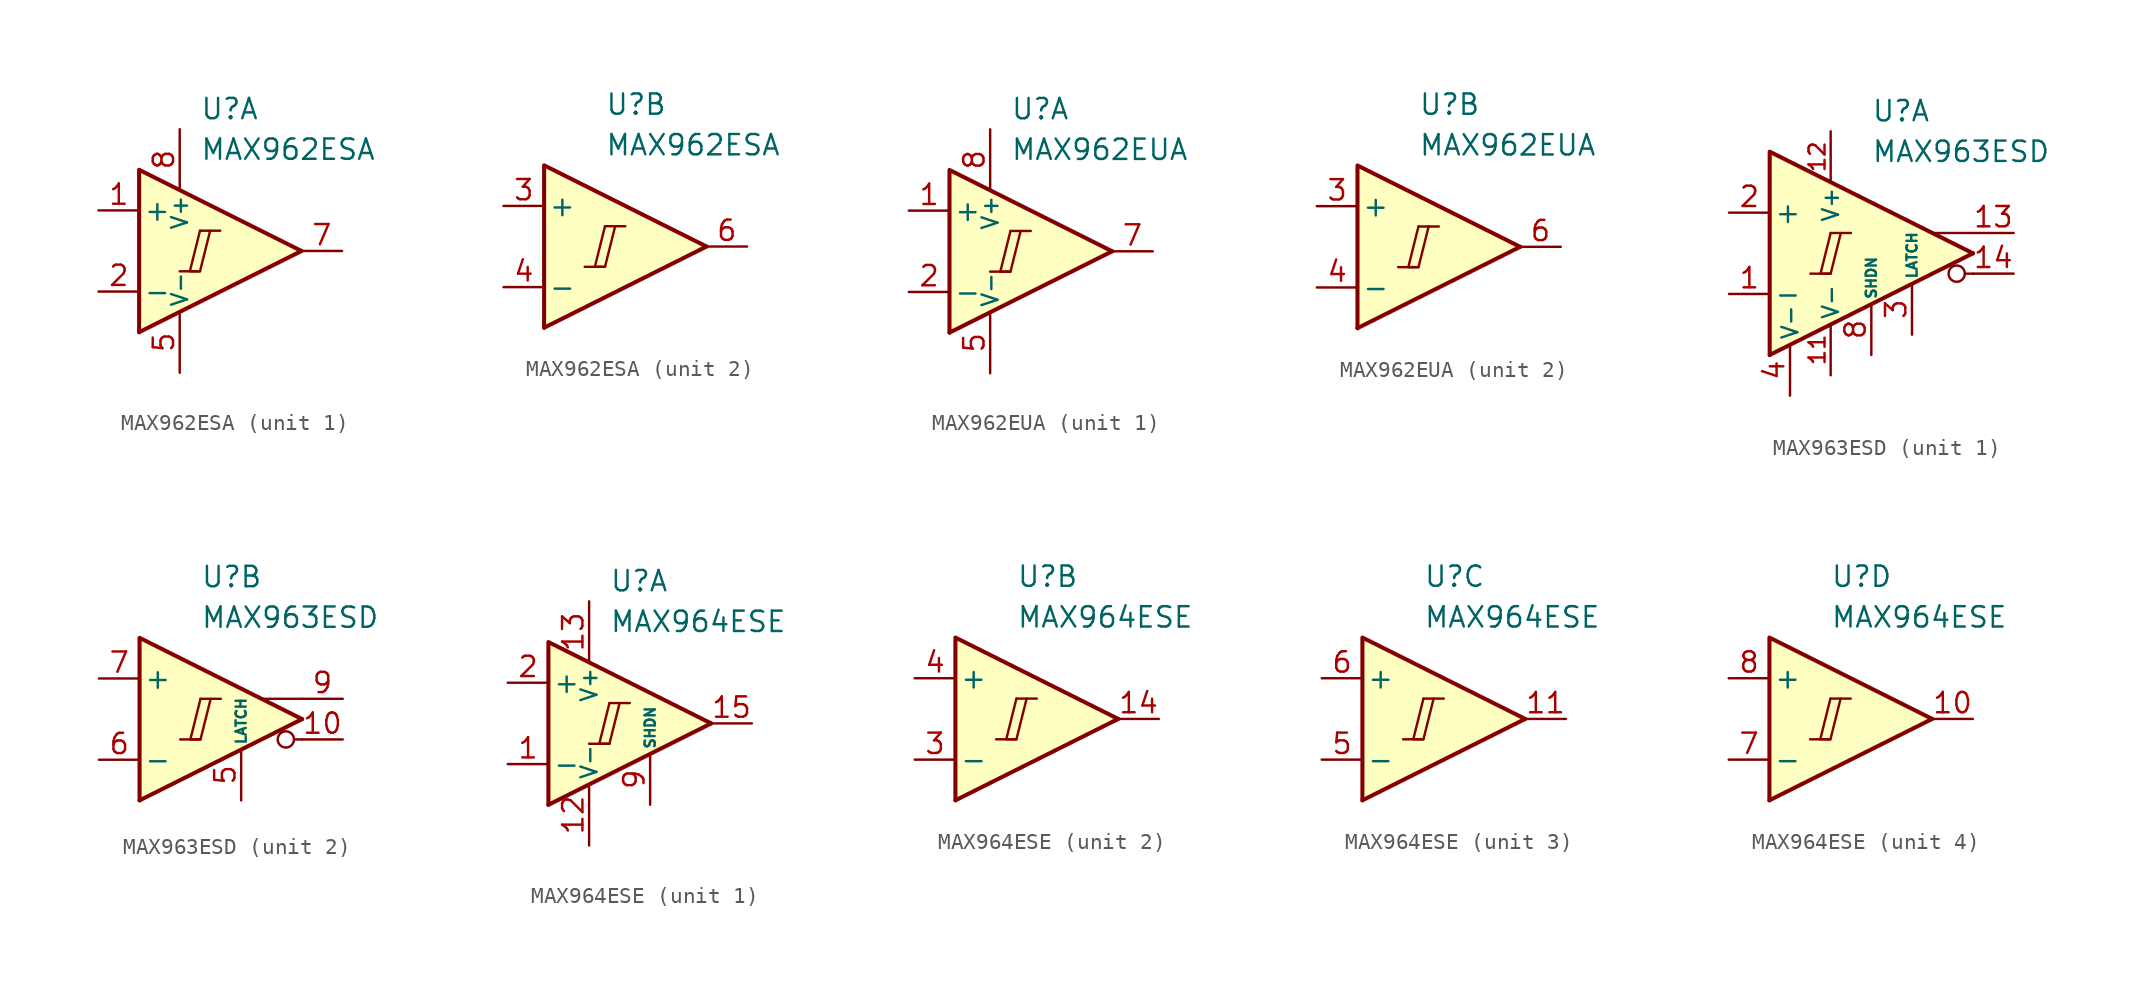
<source format=kicad_sym>
(kicad_symbol_lib
  (version 20211014)
  (generator kicad_symbol_editor)
  (symbol "MAX962ESA"
    (pin_names
      (offset 0.254))
    (property "Reference" "U"
      (at 0 8.89 0)
      (effects (font (size 1.27 1.27)) (justify left)))
    (property "Value" "MAX962ESA"
      (at 0 6.35 0)
      (effects (font (size 1.27 1.27)) (justify left)))
    (property "ki_locked" ""
      (at 0 0 0)
      (effects (font (size 1.27 1.27))))
    (symbol "MAX962ESA_0_0"
      (polyline (pts (xy -1.27 -1.27) (xy 0 -1.27)) (stroke (width 0.152) (type default) (color 0 0 0 0)) (fill (type none)))
      (polyline (pts (xy 0 1.27) (xy 1.27 1.27)) (stroke (width 0.152) (type default) (color 0 0 0 0)) (fill (type none)))
      (polyline (pts (xy 6.35 0) (xy -3.81 -5.08)) (stroke (width 0.254) (type default) (color 0 0 0 0)) (fill (type none)))
      (polyline (pts (xy 6.35 0) (xy -3.81 5.08) (xy -3.81 -5.08)) (stroke (width 0.254) (type default) (color 0 0 0 0)) (fill (type background)))
      (polyline (pts (xy 0 1.27) (xy -0.635 -1.27) (xy 0 -1.27) (xy 0.635 1.27)) (stroke (width 0.152) (type default) (color 0 0 0 0)) (fill (type none))))
    (symbol "MAX962ESA_1_1"
      (pin input line (at -6.35 2.54 0) (length 2.54) (name "+" (effects (font (size 1.27 1.27)))) (number "1" (effects (font (size 1.27 1.27)))))
      (pin input line (at -6.35 -2.54 0) (length 2.54) (name "-" (effects (font (size 1.27 1.27)))) (number "2" (effects (font (size 1.27 1.27)))))
      (pin power_in line (at -1.27 -7.62 90) (length 3.81) (name "V-" (effects (font (size 1 1)))) (number "5" (effects (font (size 1.27 1.27)))))
      (pin output line (at 8.89 0 180) (length 2.54) (name "~" (effects (font (size 1.27 1.27)))) (number "7" (effects (font (size 1.27 1.27)))))
      (pin power_in line (at -1.27 7.62 270) (length 3.81) (name "V+" (effects (font (size 1 1)))) (number "8" (effects (font (size 1.27 1.27))))))
    (symbol "MAX962ESA_2_1"
      (pin input line (at -6.35 2.54 0) (length 2.54) (name "+" (effects (font (size 1.27 1.27)))) (number "3" (effects (font (size 1.27 1.27)))))
      (pin input line (at -6.35 -2.54 0) (length 2.54) (name "-" (effects (font (size 1.27 1.27)))) (number "4" (effects (font (size 1.27 1.27)))))
      (pin output line (at 8.89 0 180) (length 2.54) (name "~" (effects (font (size 1.27 1.27)))) (number "6" (effects (font (size 1.27 1.27)))))))
  (symbol "MAX962EUA"
    (pin_names
      (offset 0.254))
    (property "Reference" "U"
      (at 0 8.89 0)
      (effects (font (size 1.27 1.27)) (justify left)))
    (property "Value" "MAX962EUA"
      (at 0 6.35 0)
      (effects (font (size 1.27 1.27)) (justify left)))
    (property "ki_locked" ""
      (at 0 0 0)
      (effects (font (size 1.27 1.27))))
    (symbol "MAX962EUA_0_0"
      (polyline (pts (xy -1.27 -1.27) (xy 0 -1.27)) (stroke (width 0.152) (type default) (color 0 0 0 0)) (fill (type none)))
      (polyline (pts (xy 0 1.27) (xy 1.27 1.27)) (stroke (width 0.152) (type default) (color 0 0 0 0)) (fill (type none)))
      (polyline (pts (xy 6.35 0) (xy -3.81 -5.08)) (stroke (width 0.254) (type default) (color 0 0 0 0)) (fill (type none)))
      (polyline (pts (xy 6.35 0) (xy -3.81 5.08) (xy -3.81 -5.08)) (stroke (width 0.254) (type default) (color 0 0 0 0)) (fill (type background)))
      (polyline (pts (xy 0 1.27) (xy -0.635 -1.27) (xy 0 -1.27) (xy 0.635 1.27)) (stroke (width 0.152) (type default) (color 0 0 0 0)) (fill (type none))))
    (symbol "MAX962EUA_1_1"
      (pin input line (at -6.35 2.54 0) (length 2.54) (name "+" (effects (font (size 1.27 1.27)))) (number "1" (effects (font (size 1.27 1.27)))))
      (pin input line (at -6.35 -2.54 0) (length 2.54) (name "-" (effects (font (size 1.27 1.27)))) (number "2" (effects (font (size 1.27 1.27)))))
      (pin power_in line (at -1.27 -7.62 90) (length 3.81) (name "V-" (effects (font (size 1 1)))) (number "5" (effects (font (size 1.27 1.27)))))
      (pin output line (at 8.89 0 180) (length 2.54) (name "~" (effects (font (size 1.27 1.27)))) (number "7" (effects (font (size 1.27 1.27)))))
      (pin power_in line (at -1.27 7.62 270) (length 3.81) (name "V+" (effects (font (size 1 1)))) (number "8" (effects (font (size 1.27 1.27))))))
    (symbol "MAX962EUA_2_1"
      (pin input line (at -6.35 2.54 0) (length 2.54) (name "+" (effects (font (size 1.27 1.27)))) (number "3" (effects (font (size 1.27 1.27)))))
      (pin input line (at -6.35 -2.54 0) (length 2.54) (name "-" (effects (font (size 1.27 1.27)))) (number "4" (effects (font (size 1.27 1.27)))))
      (pin output line (at 8.89 0 180) (length 2.54) (name "~" (effects (font (size 1.27 1.27)))) (number "6" (effects (font (size 1.27 1.27)))))))
  (symbol "MAX963ESD"
    (pin_names
      (offset 0.254))
    (property "Reference" "U"
      (at 0 8.89 0)
      (effects (font (size 1.27 1.27)) (justify left)))
    (property "Value" "MAX963ESD"
      (at 0 6.35 0)
      (effects (font (size 1.27 1.27)) (justify left)))
    (property "ki_locked" ""
      (at 0 0 0)
      (effects (font (size 1.27 1.27))))
    (symbol "MAX963ESD_0_0"
      (polyline (pts (xy 6.35 -1.27) (xy 5.842 -1.27)) (stroke (width 0.152) (type default) (color 0 0 0 0)) (fill (type none)))
      (polyline (pts (xy 6.35 1.27) (xy 3.81 1.27)) (stroke (width 0.152) (type default) (color 0 0 0 0)) (fill (type none)))
      (circle (center 5.334 -1.27) (radius 0.508) (stroke (width 0.152) (type default) (color 0 0 0 0)) (fill (type none))))
    (symbol "MAX963ESD_1_0"
      (polyline (pts (xy -3.81 -1.27) (xy -2.54 -1.27)) (stroke (width 0.152) (type default) (color 0 0 0 0)) (fill (type none)))
      (polyline (pts (xy -2.54 1.27) (xy -1.27 1.27)) (stroke (width 0.152) (type default) (color 0 0 0 0)) (fill (type none)))
      (polyline (pts (xy 6.35 0) (xy -6.35 -6.35)) (stroke (width 0.254) (type default) (color 0 0 0 0)) (fill (type none)))
      (polyline (pts (xy 6.35 0) (xy -6.35 6.35) (xy -6.35 -6.35)) (stroke (width 0.254) (type default) (color 0 0 0 0)) (fill (type background)))
      (polyline (pts (xy -2.54 1.27) (xy -3.175 -1.27) (xy -2.54 -1.27) (xy -1.905 1.27)) (stroke (width 0.152) (type default) (color 0 0 0 0)) (fill (type none))))
    (symbol "MAX963ESD_1_1"
      (pin input line (at -8.89 -2.54 0) (length 2.54) (name "-" (effects (font (size 1.27 1.27)))) (number "1" (effects (font (size 1.27 1.27)))))
      (pin power_in line (at -2.54 -7.62 90) (length 3.18) (name "V-" (effects (font (size 1 1)))) (number "11" (effects (font (size 1 1)))))
      (pin power_in line (at -2.54 7.62 270) (length 3.18) (name "V+" (effects (font (size 1 1)))) (number "12" (effects (font (size 1 1)))))
      (pin output line (at 8.89 1.27 180) (length 2.54) (name "~" (effects (font (size 1.27 1.27)))) (number "13" (effects (font (size 1.27 1.27)))))
      (pin output line (at 8.89 -1.27 180) (length 2.54) (name "~" (effects (font (size 1.27 1.27)))) (number "14" (effects (font (size 1.27 1.27)))))
      (pin input line (at -8.89 2.54 0) (length 2.54) (name "+" (effects (font (size 1.27 1.27)))) (number "2" (effects (font (size 1.27 1.27)))))
      (pin input line (at 2.54 -5.08 90) (length 3.18) (name "LATCH" (effects (font (size 0.635 0.635)))) (number "3" (effects (font (size 1.27 1.27)))))
      (pin power_in line (at -5.08 -8.89 90) (length 3.18) (name "V-" (effects (font (size 1 1)))) (number "4" (effects (font (size 1.27 1.27)))))
      (pin input line (at 0 -6.35 90) (length 3.18) (name "SHDN" (effects (font (size 0.635 0.635)))) (number "8" (effects (font (size 1.27 1.27))))))
    (symbol "MAX963ESD_2_0"
      (polyline (pts (xy -1.27 -1.27) (xy 0 -1.27)) (stroke (width 0.152) (type default) (color 0 0 0 0)) (fill (type none)))
      (polyline (pts (xy 0 1.27) (xy 1.27 1.27)) (stroke (width 0.152) (type default) (color 0 0 0 0)) (fill (type none)))
      (polyline (pts (xy 6.35 0) (xy -3.81 -5.08)) (stroke (width 0.254) (type default) (color 0 0 0 0)) (fill (type none)))
      (polyline (pts (xy 6.35 0) (xy -3.81 5.08) (xy -3.81 -5.08)) (stroke (width 0.254) (type default) (color 0 0 0 0)) (fill (type background)))
      (polyline (pts (xy 0 1.27) (xy -0.635 -1.27) (xy 0 -1.27) (xy 0.635 1.27)) (stroke (width 0.152) (type default) (color 0 0 0 0)) (fill (type none))))
    (symbol "MAX963ESD_2_1"
      (pin output line (at 8.89 -1.27 180) (length 2.54) (name "~" (effects (font (size 1.27 1.27)))) (number "10" (effects (font (size 1.27 1.27)))))
      (pin input line (at 2.54 -5.08 90) (length 3.18) (name "LATCH" (effects (font (size 0.635 0.635)))) (number "5" (effects (font (size 1.27 1.27)))))
      (pin input line (at -6.35 -2.54 0) (length 2.54) (name "-" (effects (font (size 1.27 1.27)))) (number "6" (effects (font (size 1.27 1.27)))))
      (pin input line (at -6.35 2.54 0) (length 2.54) (name "+" (effects (font (size 1.27 1.27)))) (number "7" (effects (font (size 1.27 1.27)))))
      (pin output line (at 8.89 1.27 180) (length 2.54) (name "~" (effects (font (size 1.27 1.27)))) (number "9" (effects (font (size 1.27 1.27)))))))
  (symbol "MAX964ESE"
    (pin_names
      (offset 0.254))
    (property "Reference" "U"
      (at 0 8.89 0)
      (effects (font (size 1.27 1.27)) (justify left)))
    (property "Value" "MAX964ESE"
      (at 0 6.35 0)
      (effects (font (size 1.27 1.27)) (justify left)))
    (property "ki_locked" ""
      (at 0 0 0)
      (effects (font (size 1.27 1.27))))
    (symbol "MAX964ESE_0_0"
      (polyline (pts (xy -1.27 -1.27) (xy 0 -1.27)) (stroke (width 0.152) (type default) (color 0 0 0 0)) (fill (type none)))
      (polyline (pts (xy 0 1.27) (xy 1.27 1.27)) (stroke (width 0.152) (type default) (color 0 0 0 0)) (fill (type none)))
      (polyline (pts (xy 6.35 0) (xy -3.81 -5.08)) (stroke (width 0.254) (type default) (color 0 0 0 0)) (fill (type none)))
      (polyline (pts (xy 6.35 0) (xy -3.81 5.08) (xy -3.81 -5.08)) (stroke (width 0.254) (type default) (color 0 0 0 0)) (fill (type background)))
      (polyline (pts (xy 0 1.27) (xy -0.635 -1.27) (xy 0 -1.27) (xy 0.635 1.27)) (stroke (width 0.152) (type default) (color 0 0 0 0)) (fill (type none))))
    (symbol "MAX964ESE_1_1"
      (pin input line (at -6.35 -2.54 0) (length 2.54) (name "-" (effects (font (size 1.27 1.27)))) (number "1" (effects (font (size 1.27 1.27)))))
      (pin power_in line (at -1.27 -7.62 90) (length 3.81) (name "V-" (effects (font (size 1 1)))) (number "12" (effects (font (size 1.27 1.27)))))
      (pin power_in line (at -1.27 7.62 270) (length 3.81) (name "V+" (effects (font (size 1 1)))) (number "13" (effects (font (size 1.27 1.27)))))
      (pin output line (at 8.89 0 180) (length 2.54) (name "~" (effects (font (size 1.27 1.27)))) (number "15" (effects (font (size 1.27 1.27)))))
      (pin no_connect line (at -1.27 0 0) (length 2.54) hide (name "NC" (effects (font (size 1.27 1.27)))) (number "16" (effects (font (size 1.27 1.27)))))
      (pin input line (at -6.35 2.54 0) (length 2.54) (name "+" (effects (font (size 1.27 1.27)))) (number "2" (effects (font (size 1.27 1.27)))))
      (pin input line (at 2.54 -5.08 90) (length 3.18) (name "SHDN" (effects (font (size 0.635 0.635)))) (number "9" (effects (font (size 1.27 1.27))))))
    (symbol "MAX964ESE_2_1"
      (pin output line (at 8.89 0 180) (length 2.54) (name "~" (effects (font (size 1.27 1.27)))) (number "14" (effects (font (size 1.27 1.27)))))
      (pin input line (at -6.35 -2.54 0) (length 2.54) (name "-" (effects (font (size 1.27 1.27)))) (number "3" (effects (font (size 1.27 1.27)))))
      (pin input line (at -6.35 2.54 0) (length 2.54) (name "+" (effects (font (size 1.27 1.27)))) (number "4" (effects (font (size 1.27 1.27))))))
    (symbol "MAX964ESE_3_1"
      (pin output line (at 8.89 0 180) (length 2.54) (name "~" (effects (font (size 1.27 1.27)))) (number "11" (effects (font (size 1.27 1.27)))))
      (pin input line (at -6.35 -2.54 0) (length 2.54) (name "-" (effects (font (size 1.27 1.27)))) (number "5" (effects (font (size 1.27 1.27)))))
      (pin input line (at -6.35 2.54 0) (length 2.54) (name "+" (effects (font (size 1.27 1.27)))) (number "6" (effects (font (size 1.27 1.27))))))
    (symbol "MAX964ESE_4_1"
      (pin output line (at 8.89 0 180) (length 2.54) (name "~" (effects (font (size 1.27 1.27)))) (number "10" (effects (font (size 1.27 1.27)))))
      (pin input line (at -6.35 -2.54 0) (length 2.54) (name "-" (effects (font (size 1.27 1.27)))) (number "7" (effects (font (size 1.27 1.27)))))
      (pin input line (at -6.35 2.54 0) (length 2.54) (name "+" (effects (font (size 1.27 1.27)))) (number "8" (effects (font (size 1.27 1.27))))))))
</source>
